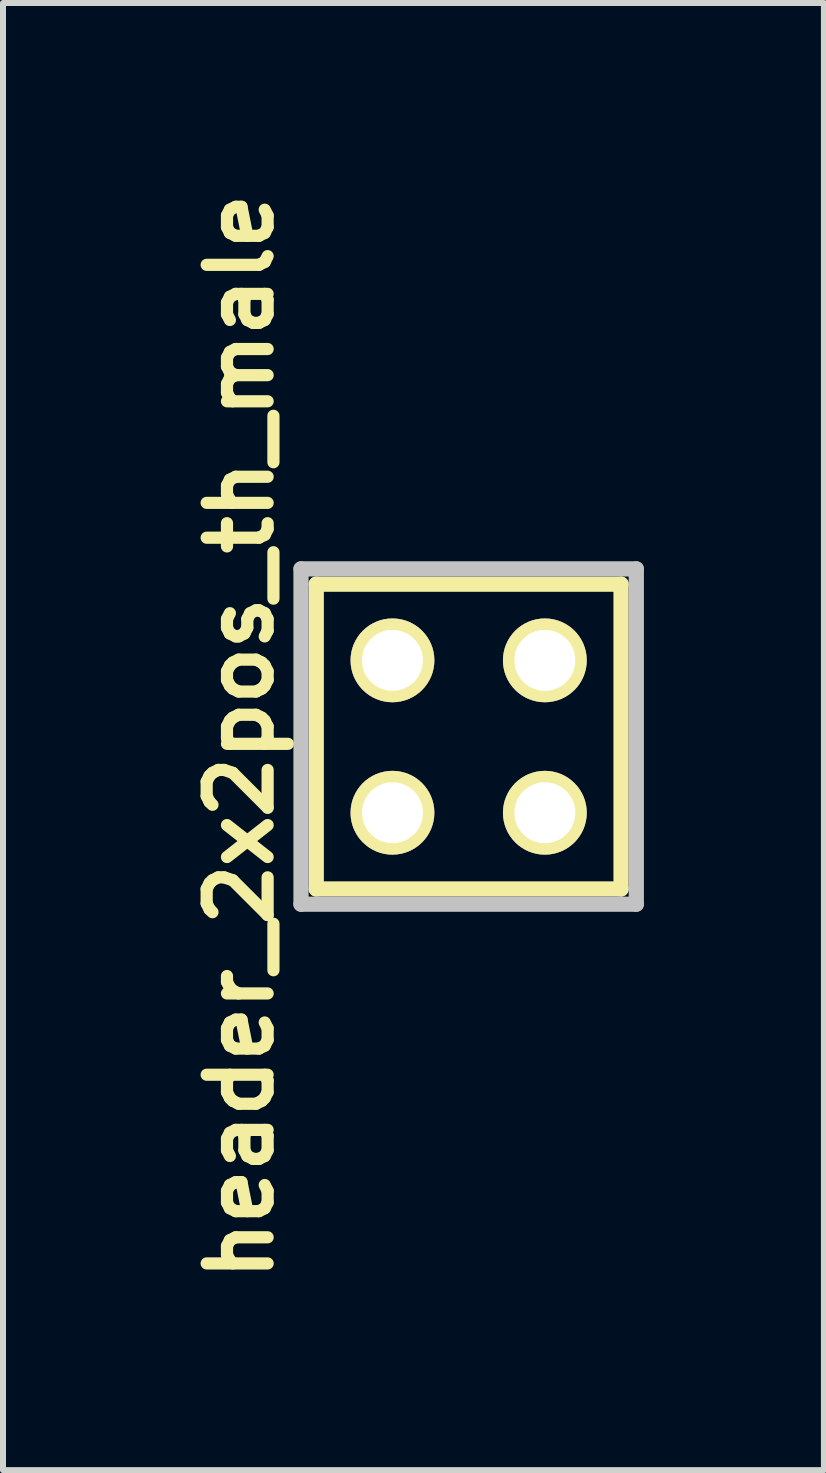
<source format=kicad_pcb>
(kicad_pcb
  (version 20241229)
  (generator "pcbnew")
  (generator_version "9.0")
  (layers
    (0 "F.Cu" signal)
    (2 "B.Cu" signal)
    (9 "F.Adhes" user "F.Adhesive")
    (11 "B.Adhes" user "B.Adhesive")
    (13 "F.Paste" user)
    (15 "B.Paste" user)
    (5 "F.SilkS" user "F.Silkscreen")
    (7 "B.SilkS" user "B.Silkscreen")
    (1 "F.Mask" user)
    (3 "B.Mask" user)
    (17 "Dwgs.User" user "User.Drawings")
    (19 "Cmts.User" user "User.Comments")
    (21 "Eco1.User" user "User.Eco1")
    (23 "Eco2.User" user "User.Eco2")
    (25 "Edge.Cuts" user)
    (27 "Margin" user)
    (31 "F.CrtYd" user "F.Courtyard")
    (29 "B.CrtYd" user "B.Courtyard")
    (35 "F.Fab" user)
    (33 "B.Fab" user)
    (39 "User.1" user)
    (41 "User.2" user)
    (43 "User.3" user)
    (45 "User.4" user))
  (footprint "header_2x2pos_th_male"
    (layer "F.Cu")
    (at 4.761 9.226)
    (property "Reference" "header_2x2pos_th_male" (at -3.81 0 270) (layer "F.SilkS") (effects (font (size 1.016 1.016) (thickness 0.203))))
    (attr smd)
    (fp_line (start -2.54 -2.54) (end 2.54 -2.54) (stroke (width 0.254) (type solid)) (layer "F.SilkS"))
    (fp_line (start -2.54 2.54) (end -2.54 -2.54) (stroke (width 0.254) (type solid)) (layer "F.SilkS"))
    (fp_line (start 2.54 -2.54) (end 2.54 2.54) (stroke (width 0.254) (type solid)) (layer "F.SilkS"))
    (fp_line (start 2.54 2.54) (end -2.54 2.54) (stroke (width 0.254) (type solid)) (layer "F.SilkS"))
    (fp_line (start -2.794 -2.794) (end 2.794 -2.794) (stroke (width 0.254) (type solid)) (layer "Dwgs.User"))
    (fp_line (start -2.794 2.794) (end -2.794 -2.794) (stroke (width 0.254) (type solid)) (layer "Dwgs.User"))
    (fp_line (start 2.794 -2.794) (end 2.794 2.794) (stroke (width 0.254) (type solid)) (layer "Dwgs.User"))
    (fp_line (start 2.794 2.794) (end -2.794 2.794) (stroke (width 0.254) (type solid)) (layer "Dwgs.User"))
    (pad "1" thru_hole circle (at -1.27 1.27) (size 1.397 1.397) (drill 1.016) (layers "*.Cu" "*.Mask" "F.SilkS"))
    (pad "2" thru_hole circle (at -1.27 -1.27) (size 1.397 1.397) (drill 1.016) (layers "*.Cu" "*.Mask" "F.SilkS"))
    (pad "3" thru_hole circle (at 1.27 1.27) (size 1.397 1.397) (drill 1.016) (layers "*.Cu" "*.Mask" "F.SilkS"))
    (pad "4" thru_hole circle (at 1.27 -1.27) (size 1.397 1.397) (drill 1.016) (layers "*.Cu" "*.Mask" "F.SilkS")))
  (gr_rect
    (start -3 -3)
    (end 10.682 21.452)
    (stroke (width 0.1) (type default))
    (fill no)
    (layer "Edge.Cuts")))
</source>
